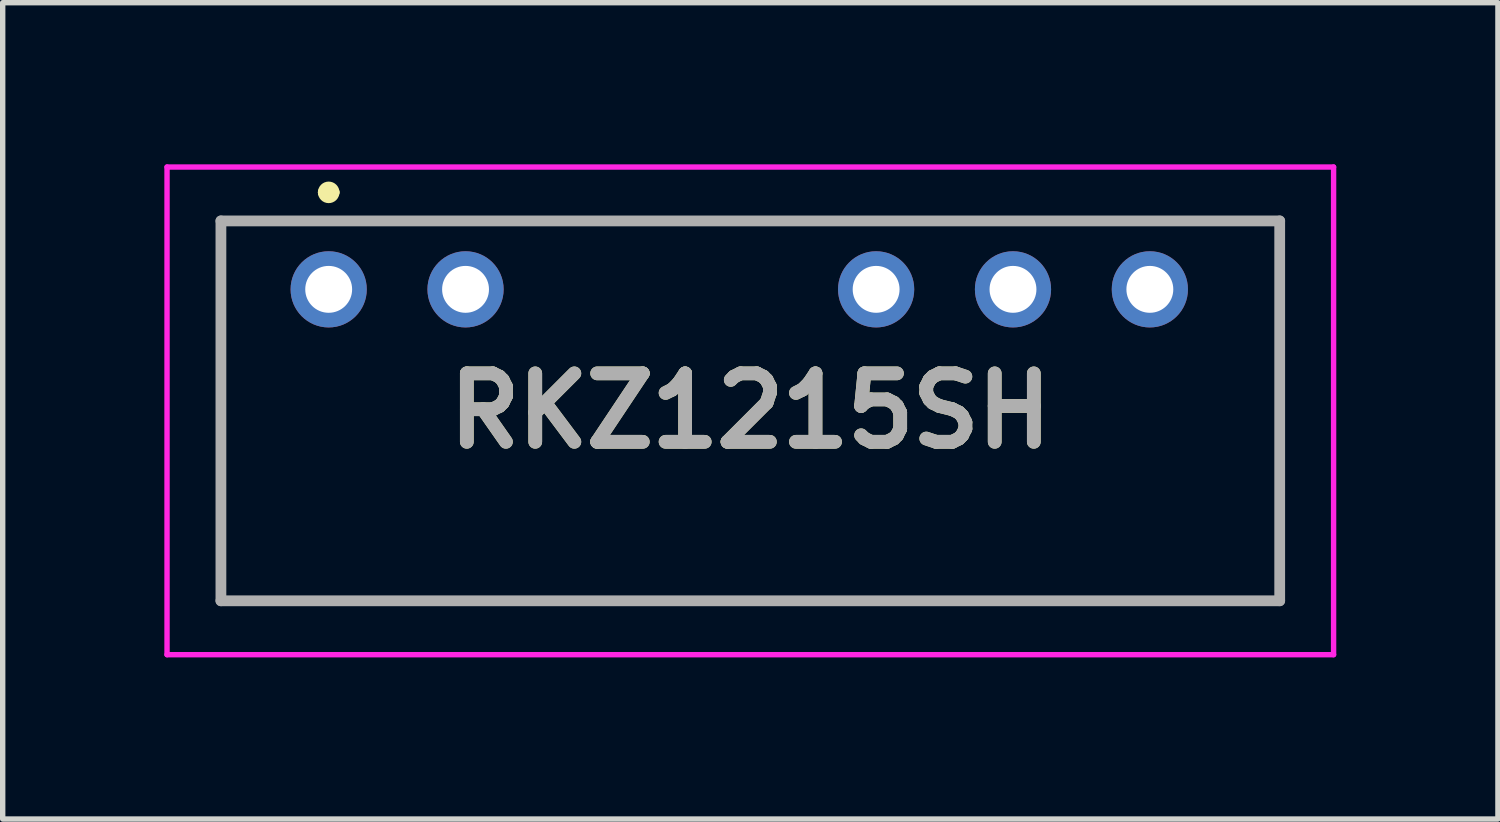
<source format=kicad_pcb>
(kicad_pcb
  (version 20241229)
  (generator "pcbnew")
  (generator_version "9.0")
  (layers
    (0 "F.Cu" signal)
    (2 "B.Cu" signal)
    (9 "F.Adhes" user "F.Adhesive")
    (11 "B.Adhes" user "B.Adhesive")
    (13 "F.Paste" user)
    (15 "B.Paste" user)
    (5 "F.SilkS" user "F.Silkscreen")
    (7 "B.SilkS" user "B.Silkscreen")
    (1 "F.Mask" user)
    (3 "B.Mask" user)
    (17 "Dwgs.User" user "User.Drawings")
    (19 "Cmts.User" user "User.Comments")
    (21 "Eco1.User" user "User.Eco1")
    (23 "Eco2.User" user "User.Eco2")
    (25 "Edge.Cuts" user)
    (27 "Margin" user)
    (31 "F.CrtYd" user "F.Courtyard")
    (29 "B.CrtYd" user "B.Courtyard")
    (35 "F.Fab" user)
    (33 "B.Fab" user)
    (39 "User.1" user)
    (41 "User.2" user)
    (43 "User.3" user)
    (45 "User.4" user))
  (footprint "RKZ1215SH"
    (layer "F.Cu")
    (at 3.05 2.32)
    (property "Reference" "RKZ1215SH" (at 7.825 2.255 0) (layer "F.SilkS") (effects (font (size 1.27 1.27) (thickness 0.254))))
    (attr through_hole)
    (fp_line (start -2 -1.27) (end 17.65 -1.27) (stroke (width 0.1) (type solid)) (layer "F.SilkS"))
    (fp_line (start -2 5.78) (end -2 -1.27) (stroke (width 0.1) (type solid)) (layer "F.SilkS"))
    (fp_line (start -0.1 -1.8) (end -0.1 -1.8) (stroke (width 0.2) (type solid)) (layer "F.SilkS"))
    (fp_line (start 0.1 -1.8) (end 0.1 -1.8) (stroke (width 0.2) (type solid)) (layer "F.SilkS"))
    (fp_line (start 17.65 -1.27) (end 17.65 5.78) (stroke (width 0.1) (type solid)) (layer "F.SilkS"))
    (fp_line (start 17.65 5.78) (end -2 5.78) (stroke (width 0.1) (type solid)) (layer "F.SilkS"))
    (fp_arc (start -0.1 -1.8) (mid 0 -1.9) (end 0.1 -1.8) (stroke (width 0.2) (type solid)) (layer "F.SilkS"))
    (fp_arc (start 0.1 -1.8) (mid 0 -1.7) (end -0.1 -1.8) (stroke (width 0.2) (type solid)) (layer "F.SilkS"))
    (fp_line (start -3 -2.27) (end 18.65 -2.27) (stroke (width 0.1) (type solid)) (layer "F.CrtYd"))
    (fp_line (start -3 6.78) (end -3 -2.27) (stroke (width 0.1) (type solid)) (layer "F.CrtYd"))
    (fp_line (start 18.65 -2.27) (end 18.65 6.78) (stroke (width 0.1) (type solid)) (layer "F.CrtYd"))
    (fp_line (start 18.65 6.78) (end -3 6.78) (stroke (width 0.1) (type solid)) (layer "F.CrtYd"))
    (fp_line (start -2 -1.27) (end 17.65 -1.27) (stroke (width 0.2) (type solid)) (layer "F.Fab"))
    (fp_line (start -2 5.78) (end -2 -1.27) (stroke (width 0.2) (type solid)) (layer "F.Fab"))
    (fp_line (start 17.65 -1.27) (end 17.65 5.78) (stroke (width 0.2) (type solid)) (layer "F.Fab"))
    (fp_line (start 17.65 5.78) (end -2 5.78) (stroke (width 0.2) (type solid)) (layer "F.Fab"))
    (fp_text user "${REFERENCE}" (at 7.825 2.255 0) (layer "F.Fab") (effects (font (size 1.27 1.27) (thickness 0.254))))
    (pad "1" thru_hole circle (at 0 0) (size 1.414 1.414) (drill 0.87) (layers "*.Cu" "*.Mask"))
    (pad "2" thru_hole circle (at 2.54 0) (size 1.414 1.414) (drill 0.87) (layers "*.Cu" "*.Mask"))
    (pad "5" thru_hole circle (at 10.16 0) (size 1.414 1.414) (drill 0.87) (layers "*.Cu" "*.Mask"))
    (pad "6" thru_hole circle (at 12.7 0) (size 1.414 1.414) (drill 0.87) (layers "*.Cu" "*.Mask"))
    (pad "7" thru_hole circle (at 15.24 0) (size 1.414 1.414) (drill 0.87) (layers "*.Cu" "*.Mask")))
  (gr_rect
    (start -3 -3)
    (end 24.75 12.15)
    (stroke (width 0.1) (type default))
    (fill no)
    (layer "Edge.Cuts")))
</source>
